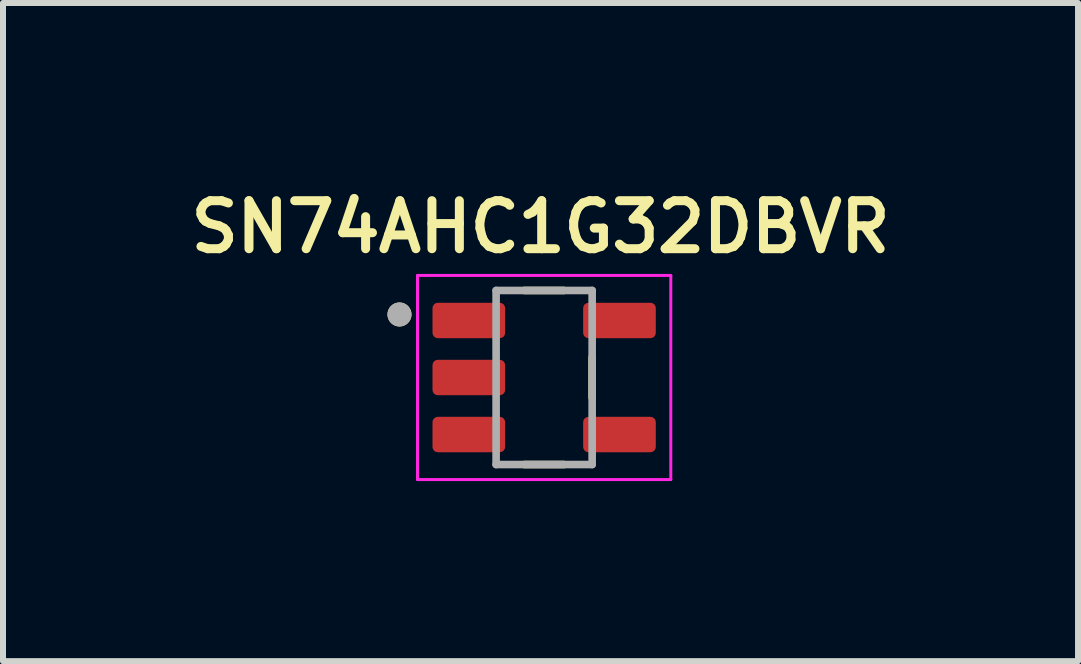
<source format=kicad_pcb>
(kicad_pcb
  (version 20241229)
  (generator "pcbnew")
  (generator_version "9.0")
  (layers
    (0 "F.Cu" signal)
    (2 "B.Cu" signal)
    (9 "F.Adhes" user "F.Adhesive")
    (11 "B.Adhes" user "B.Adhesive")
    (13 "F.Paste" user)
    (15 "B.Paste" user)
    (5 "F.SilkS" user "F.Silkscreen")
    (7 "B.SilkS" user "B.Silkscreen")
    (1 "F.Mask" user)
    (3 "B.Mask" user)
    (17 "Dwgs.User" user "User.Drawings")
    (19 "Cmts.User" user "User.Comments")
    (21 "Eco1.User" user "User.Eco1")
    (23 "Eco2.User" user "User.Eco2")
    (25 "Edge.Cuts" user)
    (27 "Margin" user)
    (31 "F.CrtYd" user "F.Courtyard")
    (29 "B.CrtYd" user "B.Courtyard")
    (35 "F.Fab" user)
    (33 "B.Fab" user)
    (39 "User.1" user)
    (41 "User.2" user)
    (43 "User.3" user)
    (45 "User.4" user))
  (footprint "SN74AHC1G32DBVR"
    (layer "F.Cu")
    (at 6.015 3.239)
    (property "Reference" "SN74AHC1G32DBVR" (at -0.06 -2.508 0) (layer "F.SilkS") (effects (font (size 0.8 0.8) (thickness 0.15))))
    (attr smd)
    (fp_line (start -0.33 -1.45) (end 0.33 -1.45) (stroke (width 0.127) (type solid)) (layer "F.SilkS"))
    (fp_line (start 0.33 1.45) (end -0.33 1.45) (stroke (width 0.127) (type solid)) (layer "F.SilkS"))
    (fp_line (start 0.8 -0.335) (end 0.8 0.335) (stroke (width 0.127) (type solid)) (layer "F.SilkS"))
    (fp_circle (center -2.41 -1.05) (end -2.31 -1.05) (stroke (width 0.2) (type solid)) (fill no) (layer "F.SilkS"))
    (fp_line (start -2.11 -1.7) (end 2.11 -1.7) (stroke (width 0.05) (type solid)) (layer "F.CrtYd"))
    (fp_line (start -2.11 1.7) (end -2.11 -1.7) (stroke (width 0.05) (type solid)) (layer "F.CrtYd"))
    (fp_line (start 2.11 -1.7) (end 2.11 1.7) (stroke (width 0.05) (type solid)) (layer "F.CrtYd"))
    (fp_line (start 2.11 1.7) (end -2.11 1.7) (stroke (width 0.05) (type solid)) (layer "F.CrtYd"))
    (fp_line (start -0.8 -1.45) (end 0.8 -1.45) (stroke (width 0.127) (type solid)) (layer "F.Fab"))
    (fp_line (start -0.8 1.45) (end -0.8 -1.45) (stroke (width 0.127) (type solid)) (layer "F.Fab"))
    (fp_line (start 0.8 -1.45) (end 0.8 1.45) (stroke (width 0.127) (type solid)) (layer "F.Fab"))
    (fp_line (start 0.8 1.45) (end -0.8 1.45) (stroke (width 0.127) (type solid)) (layer "F.Fab"))
    (fp_circle (center -2.41 -1.05) (end -2.31 -1.05) (stroke (width 0.2) (type solid)) (fill no) (layer "F.Fab"))
    (pad "1" smd roundrect (at -1.255 -0.95) (size 1.21 0.59) (layers "F.Cu" "F.Mask" "F.Paste") (roundrect_rratio 0.15))
    (pad "2" smd roundrect (at -1.255 0) (size 1.21 0.59) (layers "F.Cu" "F.Mask" "F.Paste") (roundrect_rratio 0.15))
    (pad "3" smd roundrect (at -1.255 0.95) (size 1.21 0.59) (layers "F.Cu" "F.Mask" "F.Paste") (roundrect_rratio 0.15))
    (pad "4" smd roundrect (at 1.255 0.95) (size 1.21 0.59) (layers "F.Cu" "F.Mask" "F.Paste") (roundrect_rratio 0.15))
    (pad "5" smd roundrect (at 1.255 -0.95) (size 1.21 0.59) (layers "F.Cu" "F.Mask" "F.Paste") (roundrect_rratio 0.15)))
  (gr_rect
    (start -3 -3)
    (end 14.909 7.964)
    (stroke (width 0.1) (type default))
    (fill no)
    (layer "Edge.Cuts")))
</source>
